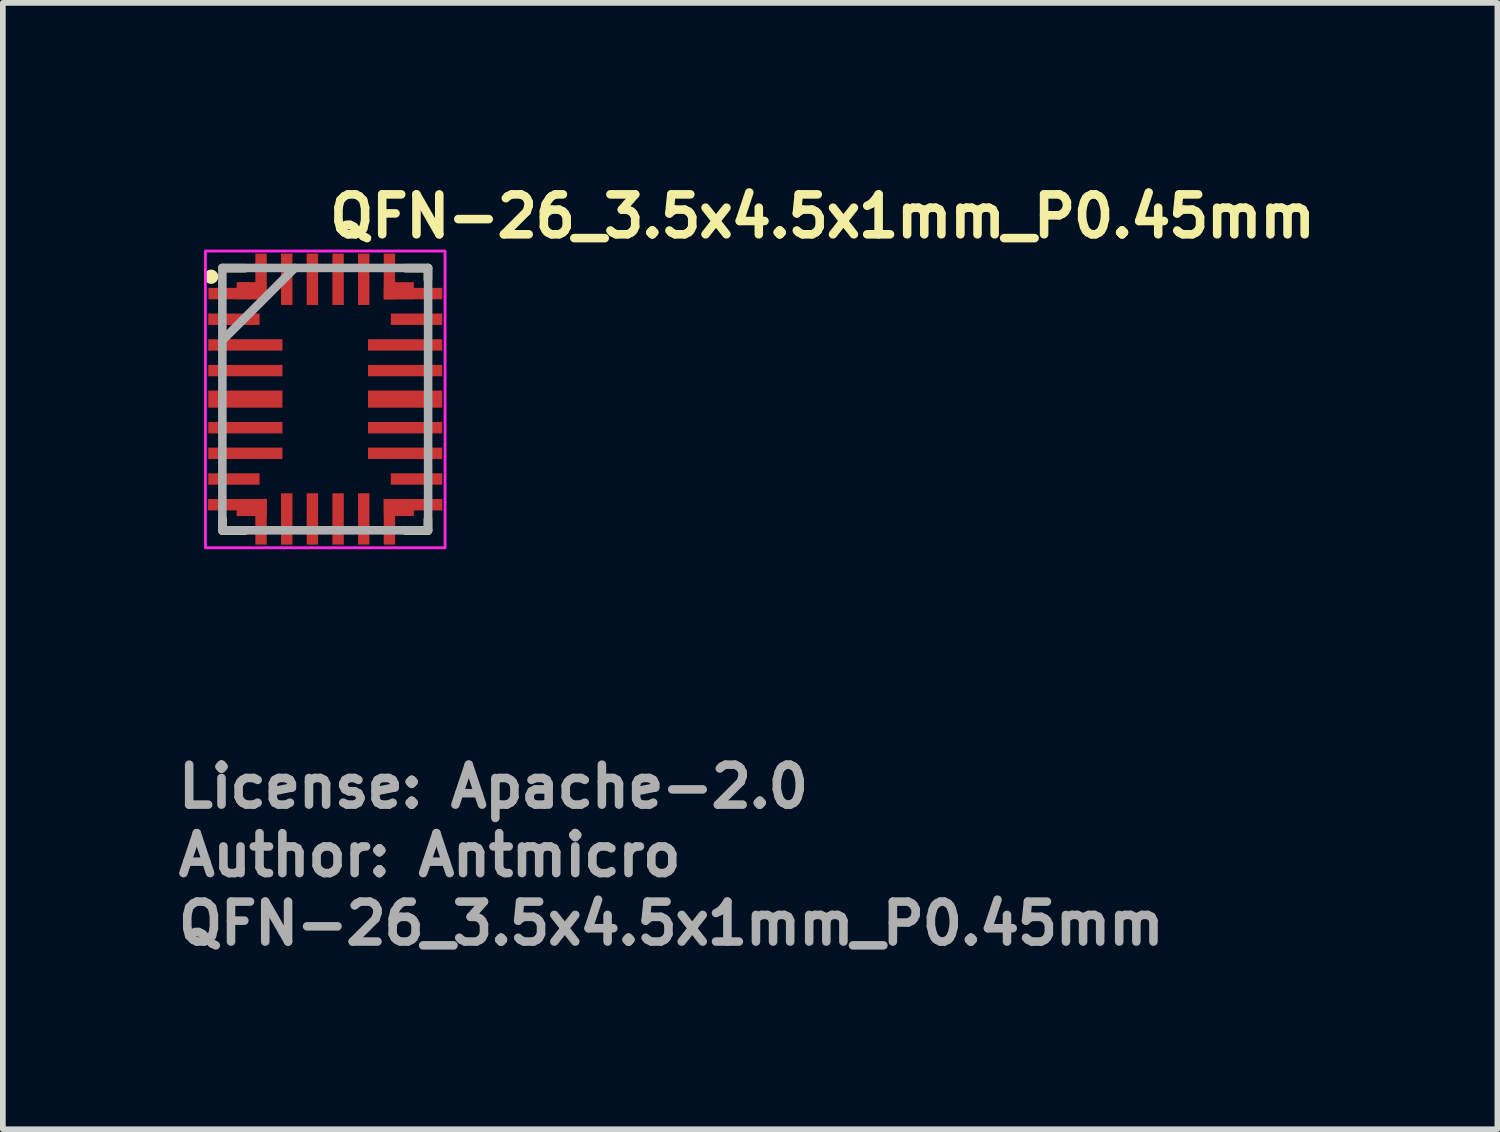
<source format=kicad_pcb>
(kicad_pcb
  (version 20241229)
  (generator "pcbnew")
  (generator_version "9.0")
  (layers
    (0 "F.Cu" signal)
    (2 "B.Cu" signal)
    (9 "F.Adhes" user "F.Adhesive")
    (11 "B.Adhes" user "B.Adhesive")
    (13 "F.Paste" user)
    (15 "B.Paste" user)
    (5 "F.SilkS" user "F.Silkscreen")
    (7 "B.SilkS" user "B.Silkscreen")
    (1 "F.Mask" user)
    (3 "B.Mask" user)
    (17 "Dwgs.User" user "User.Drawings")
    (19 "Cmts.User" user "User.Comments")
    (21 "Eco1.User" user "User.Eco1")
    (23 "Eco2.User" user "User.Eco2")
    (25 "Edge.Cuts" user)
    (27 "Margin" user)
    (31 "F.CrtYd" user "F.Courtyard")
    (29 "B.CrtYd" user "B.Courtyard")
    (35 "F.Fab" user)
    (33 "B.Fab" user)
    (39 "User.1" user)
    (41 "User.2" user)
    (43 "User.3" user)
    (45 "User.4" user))
  (footprint "QFN-26_3.5x4.5x1mm_P0.45mm"
    (layer "F.Cu")
    (at 2.65 3.95)
    (property "Reference" "QFN-26_3.5x4.5x1mm_P0.45mm" (at 0 -2.8 0) (unlocked yes) (layer "F.SilkS") (effects (font (size 0.7 0.7) (thickness 0.15)) (justify left bottom)))
    (attr smd)
    (fp_line (start -1.8 -2.3) (end -1.405 -2.3) (stroke (width 0.15) (type solid)) (layer "F.SilkS"))
    (fp_line (start -1.8 2.1) (end -1.8 2.3) (stroke (width 0.15) (type solid)) (layer "F.SilkS"))
    (fp_line (start -1.407 2.3) (end -1.8 2.3) (stroke (width 0.15) (type solid)) (layer "F.SilkS"))
    (fp_line (start 1.407 -2.3) (end 1.8 -2.3) (stroke (width 0.15) (type solid)) (layer "F.SilkS"))
    (fp_line (start 1.8 -2.1) (end 1.8 -2.3) (stroke (width 0.15) (type solid)) (layer "F.SilkS"))
    (fp_line (start 1.8 2.3) (end 1.407 2.3) (stroke (width 0.15) (type solid)) (layer "F.SilkS"))
    (fp_line (start 1.8 2.3) (end 1.8 2.1) (stroke (width 0.15) (type solid)) (layer "F.SilkS"))
    (fp_circle (center -2 -2.15) (end -1.95 -2.15) (stroke (width 0.15) (type solid)) (fill yes) (layer "F.SilkS"))
    (fp_rect (start -2.1 -2.6) (end 2.1 2.6) (stroke (width 0.05) (type solid)) (fill no) (layer "F.CrtYd"))
    (fp_line (start -1.803 -2.304) (end -1.803 2.294) (stroke (width 0.15) (type solid)) (layer "F.Fab"))
    (fp_line (start -1.803 -1.034) (end -0.533 -2.304) (stroke (width 0.15) (type solid)) (layer "F.Fab"))
    (fp_line (start -1.803 2.294) (end 1.803 2.294) (stroke (width 0.15) (type solid)) (layer "F.Fab"))
    (fp_line (start 1.803 -2.304) (end -1.803 -2.304) (stroke (width 0.15) (type solid)) (layer "F.Fab"))
    (fp_line (start 1.803 2.294) (end 1.803 -2.304) (stroke (width 0.15) (type solid)) (layer "F.Fab"))
    (fp_rect (start -1.75 -2.25) (end 1.75 2.25) (stroke (width 0.1) (type solid)) (fill no) (layer "User.5"))
    (fp_line (start -1.75 -2.25) (end -1.75 2.25) (stroke (width 0.02) (type solid)) (layer "User.9"))
    (fp_line (start -1.75 -1.5) (end -1.75 -1.3) (stroke (width 0.02) (type solid)) (layer "User.9"))
    (fp_line (start -1.75 2.25) (end 1.75 2.25) (stroke (width 0.02) (type solid)) (layer "User.9"))
    (fp_line (start -1.293 -1.627) (end -1.293 -1.62) (stroke (width 0.02) (type solid)) (layer "User.9"))
    (fp_line (start -1.293 -1.62) (end -1.292 -1.607) (stroke (width 0.02) (type solid)) (layer "User.9"))
    (fp_line (start -1.292 -1.64) (end -1.292 -1.633) (stroke (width 0.02) (type solid)) (layer "User.9"))
    (fp_line (start -1.292 -1.633) (end -1.293 -1.627) (stroke (width 0.02) (type solid)) (layer "User.9"))
    (fp_line (start -1.292 -1.607) (end -1.291 -1.594) (stroke (width 0.02) (type solid)) (layer "User.9"))
    (fp_line (start -1.291 -1.647) (end -1.292 -1.64) (stroke (width 0.02) (type solid)) (layer "User.9"))
    (fp_line (start -1.291 -1.594) (end -1.289 -1.581) (stroke (width 0.02) (type solid)) (layer "User.9"))
    (fp_line (start -1.29 -1.653) (end -1.291 -1.647) (stroke (width 0.02) (type solid)) (layer "User.9"))
    (fp_line (start -1.289 -1.66) (end -1.29 -1.653) (stroke (width 0.02) (type solid)) (layer "User.9"))
    (fp_line (start -1.289 -1.581) (end -1.286 -1.568) (stroke (width 0.02) (type solid)) (layer "User.9"))
    (fp_line (start -1.288 -1.666) (end -1.289 -1.66) (stroke (width 0.02) (type solid)) (layer "User.9"))
    (fp_line (start -1.286 -1.672) (end -1.288 -1.666) (stroke (width 0.02) (type solid)) (layer "User.9"))
    (fp_line (start -1.286 -1.568) (end -1.282 -1.556) (stroke (width 0.02) (type solid)) (layer "User.9"))
    (fp_line (start -1.284 -1.679) (end -1.286 -1.672) (stroke (width 0.02) (type solid)) (layer "User.9"))
    (fp_line (start -1.282 -1.685) (end -1.284 -1.679) (stroke (width 0.02) (type solid)) (layer "User.9"))
    (fp_line (start -1.282 -1.556) (end -1.278 -1.543) (stroke (width 0.02) (type solid)) (layer "User.9"))
    (fp_line (start -1.28 -1.691) (end -1.282 -1.685) (stroke (width 0.02) (type solid)) (layer "User.9"))
    (fp_line (start -1.278 -1.697) (end -1.28 -1.691) (stroke (width 0.02) (type solid)) (layer "User.9"))
    (fp_line (start -1.278 -1.543) (end -1.272 -1.532) (stroke (width 0.02) (type solid)) (layer "User.9"))
    (fp_line (start -1.275 -1.703) (end -1.278 -1.697) (stroke (width 0.02) (type solid)) (layer "User.9"))
    (fp_line (start -1.272 -1.709) (end -1.275 -1.703) (stroke (width 0.02) (type solid)) (layer "User.9"))
    (fp_line (start -1.272 -1.532) (end -1.266 -1.52) (stroke (width 0.02) (type solid)) (layer "User.9"))
    (fp_line (start -1.269 -1.714) (end -1.272 -1.709) (stroke (width 0.02) (type solid)) (layer "User.9"))
    (fp_line (start -1.266 -1.72) (end -1.269 -1.714) (stroke (width 0.02) (type solid)) (layer "User.9"))
    (fp_line (start -1.266 -1.52) (end -1.259 -1.509) (stroke (width 0.02) (type solid)) (layer "User.9"))
    (fp_line (start -1.263 -1.726) (end -1.266 -1.72) (stroke (width 0.02) (type solid)) (layer "User.9"))
    (fp_line (start -1.259 -1.731) (end -1.263 -1.726) (stroke (width 0.02) (type solid)) (layer "User.9"))
    (fp_line (start -1.259 -1.509) (end -1.252 -1.499) (stroke (width 0.02) (type solid)) (layer "User.9"))
    (fp_line (start -1.256 -1.736) (end -1.259 -1.731) (stroke (width 0.02) (type solid)) (layer "User.9"))
    (fp_line (start -1.252 -1.742) (end -1.256 -1.736) (stroke (width 0.02) (type solid)) (layer "User.9"))
    (fp_line (start -1.252 -1.499) (end -1.243 -1.489) (stroke (width 0.02) (type solid)) (layer "User.9"))
    (fp_line (start -1.248 -1.747) (end -1.252 -1.742) (stroke (width 0.02) (type solid)) (layer "User.9"))
    (fp_line (start -1.243 -1.752) (end -1.248 -1.747) (stroke (width 0.02) (type solid)) (layer "User.9"))
    (fp_line (start -1.243 -1.489) (end -1.235 -1.479) (stroke (width 0.02) (type solid)) (layer "User.9"))
    (fp_line (start -1.239 -1.757) (end -1.243 -1.752) (stroke (width 0.02) (type solid)) (layer "User.9"))
    (fp_line (start -1.235 -1.761) (end -1.239 -1.757) (stroke (width 0.02) (type solid)) (layer "User.9"))
    (fp_line (start -1.235 -1.479) (end -1.225 -1.47) (stroke (width 0.02) (type solid)) (layer "User.9"))
    (fp_line (start -1.23 -1.766) (end -1.235 -1.761) (stroke (width 0.02) (type solid)) (layer "User.9"))
    (fp_line (start -1.225 -1.77) (end -1.23 -1.766) (stroke (width 0.02) (type solid)) (layer "User.9"))
    (fp_line (start -1.225 -1.47) (end -1.215 -1.462) (stroke (width 0.02) (type solid)) (layer "User.9"))
    (fp_line (start -1.22 -1.774) (end -1.225 -1.77) (stroke (width 0.02) (type solid)) (layer "User.9"))
    (fp_line (start -1.215 -1.779) (end -1.22 -1.774) (stroke (width 0.02) (type solid)) (layer "User.9"))
    (fp_line (start -1.215 -1.462) (end -1.204 -1.454) (stroke (width 0.02) (type solid)) (layer "User.9"))
    (fp_line (start -1.21 -1.783) (end -1.215 -1.779) (stroke (width 0.02) (type solid)) (layer "User.9"))
    (fp_line (start -1.204 -1.786) (end -1.21 -1.783) (stroke (width 0.02) (type solid)) (layer "User.9"))
    (fp_line (start -1.204 -1.454) (end -1.193 -1.447) (stroke (width 0.02) (type solid)) (layer "User.9"))
    (fp_line (start -1.199 -1.79) (end -1.204 -1.786) (stroke (width 0.02) (type solid)) (layer "User.9"))
    (fp_line (start -1.193 -1.793) (end -1.199 -1.79) (stroke (width 0.02) (type solid)) (layer "User.9"))
    (fp_line (start -1.193 -1.447) (end -1.181 -1.441) (stroke (width 0.02) (type solid)) (layer "User.9"))
    (fp_line (start -1.181 -1.8) (end -1.193 -1.793) (stroke (width 0.02) (type solid)) (layer "User.9"))
    (fp_line (start -1.181 -1.441) (end -1.169 -1.435) (stroke (width 0.02) (type solid)) (layer "User.9"))
    (fp_line (start -1.169 -1.805) (end -1.181 -1.8) (stroke (width 0.02) (type solid)) (layer "User.9"))
    (fp_line (start -1.169 -1.435) (end -1.157 -1.431) (stroke (width 0.02) (type solid)) (layer "User.9"))
    (fp_line (start -1.157 -1.81) (end -1.169 -1.805) (stroke (width 0.02) (type solid)) (layer "User.9"))
    (fp_line (start -1.157 -1.431) (end -1.144 -1.427) (stroke (width 0.02) (type solid)) (layer "User.9"))
    (fp_line (start -1.144 -1.813) (end -1.157 -1.81) (stroke (width 0.02) (type solid)) (layer "User.9"))
    (fp_line (start -1.144 -1.427) (end -1.132 -1.424) (stroke (width 0.02) (type solid)) (layer "User.9"))
    (fp_line (start -1.132 -1.816) (end -1.144 -1.813) (stroke (width 0.02) (type solid)) (layer "User.9"))
    (fp_line (start -1.132 -1.424) (end -1.119 -1.422) (stroke (width 0.02) (type solid)) (layer "User.9"))
    (fp_line (start -1.119 -1.818) (end -1.132 -1.816) (stroke (width 0.02) (type solid)) (layer "User.9"))
    (fp_line (start -1.119 -1.422) (end -1.106 -1.421) (stroke (width 0.02) (type solid)) (layer "User.9"))
    (fp_line (start -1.106 -1.82) (end -1.119 -1.818) (stroke (width 0.02) (type solid)) (layer "User.9"))
    (fp_line (start -1.106 -1.421) (end -1.093 -1.42) (stroke (width 0.02) (type solid)) (layer "User.9"))
    (fp_line (start -1.093 -1.82) (end -1.106 -1.82) (stroke (width 0.02) (type solid)) (layer "User.9"))
    (fp_line (start -1.093 -1.42) (end -1.08 -1.421) (stroke (width 0.02) (type solid)) (layer "User.9"))
    (fp_line (start -1.08 -1.82) (end -1.093 -1.82) (stroke (width 0.02) (type solid)) (layer "User.9"))
    (fp_line (start -1.08 -1.421) (end -1.067 -1.422) (stroke (width 0.02) (type solid)) (layer "User.9"))
    (fp_line (start -1.067 -1.818) (end -1.08 -1.82) (stroke (width 0.02) (type solid)) (layer "User.9"))
    (fp_line (start -1.067 -1.422) (end -1.054 -1.424) (stroke (width 0.02) (type solid)) (layer "User.9"))
    (fp_line (start -1.054 -1.816) (end -1.067 -1.818) (stroke (width 0.02) (type solid)) (layer "User.9"))
    (fp_line (start -1.054 -1.424) (end -1.042 -1.427) (stroke (width 0.02) (type solid)) (layer "User.9"))
    (fp_line (start -1.042 -1.813) (end -1.054 -1.816) (stroke (width 0.02) (type solid)) (layer "User.9"))
    (fp_line (start -1.042 -1.427) (end -1.029 -1.431) (stroke (width 0.02) (type solid)) (layer "User.9"))
    (fp_line (start -1.029 -1.81) (end -1.042 -1.813) (stroke (width 0.02) (type solid)) (layer "User.9"))
    (fp_line (start -1.029 -1.431) (end -1.017 -1.435) (stroke (width 0.02) (type solid)) (layer "User.9"))
    (fp_line (start -1.017 -1.805) (end -1.029 -1.81) (stroke (width 0.02) (type solid)) (layer "User.9"))
    (fp_line (start -1.017 -1.435) (end -1.005 -1.441) (stroke (width 0.02) (type solid)) (layer "User.9"))
    (fp_line (start -1.005 -1.8) (end -1.017 -1.805) (stroke (width 0.02) (type solid)) (layer "User.9"))
    (fp_line (start -1.005 -1.441) (end -0.993 -1.447) (stroke (width 0.02) (type solid)) (layer "User.9"))
    (fp_line (start -0.993 -1.793) (end -1.005 -1.8) (stroke (width 0.02) (type solid)) (layer "User.9"))
    (fp_line (start -0.993 -1.447) (end -0.987 -1.45) (stroke (width 0.02) (type solid)) (layer "User.9"))
    (fp_line (start -0.987 -1.45) (end -0.982 -1.454) (stroke (width 0.02) (type solid)) (layer "User.9"))
    (fp_line (start -0.982 -1.786) (end -0.993 -1.793) (stroke (width 0.02) (type solid)) (layer "User.9"))
    (fp_line (start -0.982 -1.454) (end -0.976 -1.458) (stroke (width 0.02) (type solid)) (layer "User.9"))
    (fp_line (start -0.976 -1.458) (end -0.971 -1.462) (stroke (width 0.02) (type solid)) (layer "User.9"))
    (fp_line (start -0.971 -1.779) (end -0.982 -1.786) (stroke (width 0.02) (type solid)) (layer "User.9"))
    (fp_line (start -0.971 -1.462) (end -0.966 -1.466) (stroke (width 0.02) (type solid)) (layer "User.9"))
    (fp_line (start -0.966 -1.466) (end -0.961 -1.47) (stroke (width 0.02) (type solid)) (layer "User.9"))
    (fp_line (start -0.961 -1.77) (end -0.971 -1.779) (stroke (width 0.02) (type solid)) (layer "User.9"))
    (fp_line (start -0.961 -1.47) (end -0.956 -1.474) (stroke (width 0.02) (type solid)) (layer "User.9"))
    (fp_line (start -0.956 -1.474) (end -0.951 -1.479) (stroke (width 0.02) (type solid)) (layer "User.9"))
    (fp_line (start -0.951 -1.761) (end -0.961 -1.77) (stroke (width 0.02) (type solid)) (layer "User.9"))
    (fp_line (start -0.951 -1.479) (end -0.947 -1.484) (stroke (width 0.02) (type solid)) (layer "User.9"))
    (fp_line (start -0.947 -1.484) (end -0.942 -1.489) (stroke (width 0.02) (type solid)) (layer "User.9"))
    (fp_line (start -0.942 -1.752) (end -0.951 -1.761) (stroke (width 0.02) (type solid)) (layer "User.9"))
    (fp_line (start -0.942 -1.489) (end -0.938 -1.494) (stroke (width 0.02) (type solid)) (layer "User.9"))
    (fp_line (start -0.938 -1.494) (end -0.934 -1.499) (stroke (width 0.02) (type solid)) (layer "User.9"))
    (fp_line (start -0.934 -1.742) (end -0.942 -1.752) (stroke (width 0.02) (type solid)) (layer "User.9"))
    (fp_line (start -0.934 -1.499) (end -0.93 -1.504) (stroke (width 0.02) (type solid)) (layer "User.9"))
    (fp_line (start -0.93 -1.504) (end -0.927 -1.509) (stroke (width 0.02) (type solid)) (layer "User.9"))
    (fp_line (start -0.927 -1.731) (end -0.934 -1.742) (stroke (width 0.02) (type solid)) (layer "User.9"))
    (fp_line (start -0.927 -1.509) (end -0.923 -1.515) (stroke (width 0.02) (type solid)) (layer "User.9"))
    (fp_line (start -0.923 -1.515) (end -0.92 -1.52) (stroke (width 0.02) (type solid)) (layer "User.9"))
    (fp_line (start -0.92 -1.72) (end -0.927 -1.731) (stroke (width 0.02) (type solid)) (layer "User.9"))
    (fp_line (start -0.92 -1.52) (end -0.917 -1.526) (stroke (width 0.02) (type solid)) (layer "User.9"))
    (fp_line (start -0.917 -1.526) (end -0.914 -1.532) (stroke (width 0.02) (type solid)) (layer "User.9"))
    (fp_line (start -0.914 -1.709) (end -0.92 -1.72) (stroke (width 0.02) (type solid)) (layer "User.9"))
    (fp_line (start -0.914 -1.532) (end -0.911 -1.537) (stroke (width 0.02) (type solid)) (layer "User.9"))
    (fp_line (start -0.911 -1.537) (end -0.908 -1.543) (stroke (width 0.02) (type solid)) (layer "User.9"))
    (fp_line (start -0.908 -1.697) (end -0.914 -1.709) (stroke (width 0.02) (type solid)) (layer "User.9"))
    (fp_line (start -0.908 -1.543) (end -0.906 -1.549) (stroke (width 0.02) (type solid)) (layer "User.9"))
    (fp_line (start -0.906 -1.549) (end -0.904 -1.556) (stroke (width 0.02) (type solid)) (layer "User.9"))
    (fp_line (start -0.904 -1.685) (end -0.908 -1.697) (stroke (width 0.02) (type solid)) (layer "User.9"))
    (fp_line (start -0.904 -1.556) (end -0.902 -1.562) (stroke (width 0.02) (type solid)) (layer "User.9"))
    (fp_line (start -0.902 -1.562) (end -0.9 -1.568) (stroke (width 0.02) (type solid)) (layer "User.9"))
    (fp_line (start -0.9 -1.672) (end -0.904 -1.685) (stroke (width 0.02) (type solid)) (layer "User.9"))
    (fp_line (start -0.9 -1.568) (end -0.898 -1.574) (stroke (width 0.02) (type solid)) (layer "User.9"))
    (fp_line (start -0.898 -1.574) (end -0.897 -1.581) (stroke (width 0.02) (type solid)) (layer "User.9"))
    (fp_line (start -0.897 -1.66) (end -0.9 -1.672) (stroke (width 0.02) (type solid)) (layer "User.9"))
    (fp_line (start -0.897 -1.581) (end -0.896 -1.587) (stroke (width 0.02) (type solid)) (layer "User.9"))
    (fp_line (start -0.896 -1.587) (end -0.895 -1.594) (stroke (width 0.02) (type solid)) (layer "User.9"))
    (fp_line (start -0.895 -1.647) (end -0.897 -1.66) (stroke (width 0.02) (type solid)) (layer "User.9"))
    (fp_line (start -0.895 -1.594) (end -0.894 -1.6) (stroke (width 0.02) (type solid)) (layer "User.9"))
    (fp_line (start -0.894 -1.6) (end -0.893 -1.607) (stroke (width 0.02) (type solid)) (layer "User.9"))
    (fp_line (start -0.893 -1.633) (end -0.895 -1.647) (stroke (width 0.02) (type solid)) (layer "User.9"))
    (fp_line (start -0.893 -1.62) (end -0.893 -1.633) (stroke (width 0.02) (type solid)) (layer "User.9"))
    (fp_line (start -0.893 -1.613) (end -0.893 -1.62) (stroke (width 0.02) (type solid)) (layer "User.9"))
    (fp_line (start -0.893 -1.607) (end -0.893 -1.613) (stroke (width 0.02) (type solid)) (layer "User.9"))
    (fp_line (start -0.675 2.25) (end -0.575 2.25) (stroke (width 0.02) (type solid)) (layer "User.9"))
    (fp_line (start -0.575 -2.25) (end -0.675 -2.25) (stroke (width 0.02) (type solid)) (layer "User.9"))
    (fp_line (start 0.575 2.25) (end 0.675 2.25) (stroke (width 0.02) (type solid)) (layer "User.9"))
    (fp_line (start 0.675 -2.25) (end 0.575 -2.25) (stroke (width 0.02) (type solid)) (layer "User.9"))
    (fp_line (start 1.75 -2.25) (end -1.75 -2.25) (stroke (width 0.02) (type solid)) (layer "User.9"))
    (fp_line (start 1.75 2.25) (end 1.75 -2.25) (stroke (width 0.02) (type solid)) (layer "User.9"))
    (fp_text user "Author: Antmicro" (at -2.65 8.395 0) (layer "F.Fab") (effects (font (size 0.7 0.7) (thickness 0.15)) (justify left bottom)))
    (fp_text user "License: Apache-2.0" (at -2.65 7.195 0) (layer "F.Fab") (effects (font (size 0.7 0.7) (thickness 0.15)) (justify left bottom)))
    (fp_text user "${REFERENCE}" (at -2.65 9.595 0) (unlocked yes) (layer "F.Fab") (effects (font (size 0.7 0.7) (thickness 0.15)) (justify left bottom)))
    (pad "1" smd rect (at -1.61 -1.855) (size 0.875 0.2) (layers "F.Cu" "F.Mask" "F.Paste"))
    (pad "1" smd roundrect (at -1.29 -1.905 90) (size 0.3 0.525) (layers "F.Cu" "F.Mask" "F.Paste") (roundrect_rratio 0) (chamfer_ratio 0.5) (chamfer bottom_left))
    (pad "1" smd rect (at -1.125 -2.23 90) (size 0.65 0.2) (layers "F.Cu" "F.Mask" "F.Paste"))
    (pad "2" smd rect (at -1.6 -1.405) (size 0.9 0.2) (layers "F.Cu" "F.Mask" "F.Paste"))
    (pad "3" smd rect (at -1.4 -0.955) (size 1.3 0.2) (layers "F.Cu" "F.Mask" "F.Paste"))
    (pad "4" smd rect (at -1.4 -0.505) (size 1.3 0.2) (layers "F.Cu" "F.Mask" "F.Paste"))
    (pad "5" smd rect (at -1.4 -0.005) (size 1.3 0.3) (layers "F.Cu" "F.Mask" "F.Paste"))
    (pad "6" smd rect (at -1.4 0.495) (size 1.3 0.2) (layers "F.Cu" "F.Mask" "F.Paste"))
    (pad "7" smd rect (at -1.4 0.945) (size 1.3 0.2) (layers "F.Cu" "F.Mask" "F.Paste"))
    (pad "8" smd rect (at -1.6 1.395) (size 0.9 0.2) (layers "F.Cu" "F.Mask" "F.Paste"))
    (pad "9" smd rect (at -1.54 1.845) (size 1.025 0.2) (layers "F.Cu" "F.Mask" "F.Paste"))
    (pad "9" smd rect (at -1.29 1.895 90) (size 0.3 0.525) (layers "F.Cu" "F.Mask" "F.Paste"))
    (pad "9" smd rect (at -1.125 2.145 90) (size 0.8 0.2) (layers "F.Cu" "F.Mask" "F.Paste"))
    (pad "10" smd rect (at -0.675 2.095 90) (size 0.9 0.2) (layers "F.Cu" "F.Mask" "F.Paste"))
    (pad "11" smd rect (at -0.225 2.095 90) (size 0.9 0.2) (layers "F.Cu" "F.Mask" "F.Paste"))
    (pad "12" smd rect (at 0.225 2.095 90) (size 0.9 0.2) (layers "F.Cu" "F.Mask" "F.Paste"))
    (pad "13" smd rect (at 0.675 2.095 90) (size 0.9 0.2) (layers "F.Cu" "F.Mask" "F.Paste"))
    (pad "14" smd rect (at 1.125 2.145 90) (size 0.8 0.2) (layers "F.Cu" "F.Mask" "F.Paste"))
    (pad "14" smd rect (at 1.29 1.895 90) (size 0.3 0.525) (layers "F.Cu" "F.Mask" "F.Paste"))
    (pad "14" smd rect (at 1.54 1.845) (size 1.025 0.2) (layers "F.Cu" "F.Mask" "F.Paste"))
    (pad "15" smd rect (at 1.6 1.395) (size 0.9 0.2) (layers "F.Cu" "F.Mask" "F.Paste"))
    (pad "16" smd rect (at 1.4 0.945) (size 1.3 0.2) (layers "F.Cu" "F.Mask" "F.Paste"))
    (pad "17" smd rect (at 1.4 0.495) (size 1.3 0.2) (layers "F.Cu" "F.Mask" "F.Paste"))
    (pad "18" smd rect (at 1.4 -0.005) (size 1.3 0.3) (layers "F.Cu" "F.Mask" "F.Paste"))
    (pad "19" smd rect (at 1.4 -0.505) (size 1.3 0.2) (layers "F.Cu" "F.Mask" "F.Paste"))
    (pad "20" smd rect (at 1.4 -0.955) (size 1.3 0.2) (layers "F.Cu" "F.Mask" "F.Paste"))
    (pad "21" smd rect (at 1.6 -1.405) (size 0.9 0.2) (layers "F.Cu" "F.Mask" "F.Paste"))
    (pad "22" smd rect (at 1.125 -2.155 90) (size 0.8 0.2) (layers "F.Cu" "F.Mask" "F.Paste"))
    (pad "22" smd rect (at 1.29 -1.905 90) (size 0.3 0.525) (layers "F.Cu" "F.Mask" "F.Paste"))
    (pad "22" smd rect (at 1.54 -1.855) (size 1.025 0.2) (layers "F.Cu" "F.Mask" "F.Paste"))
    (pad "23" smd rect (at 0.675 -2.105 90) (size 0.9 0.2) (layers "F.Cu" "F.Mask" "F.Paste"))
    (pad "24" smd rect (at 0.225 -2.105 90) (size 0.9 0.2) (layers "F.Cu" "F.Mask" "F.Paste"))
    (pad "25" smd rect (at -0.225 -2.105 90) (size 0.9 0.2) (layers "F.Cu" "F.Mask" "F.Paste"))
    (pad "26" smd rect (at -0.675 -2.105 90) (size 0.9 0.2) (layers "F.Cu" "F.Mask" "F.Paste")))
  (gr_rect
    (start -3 -3)
    (end 23.193 16.741)
    (stroke (width 0.1) (type default))
    (fill no)
    (layer "Edge.Cuts")))
</source>
